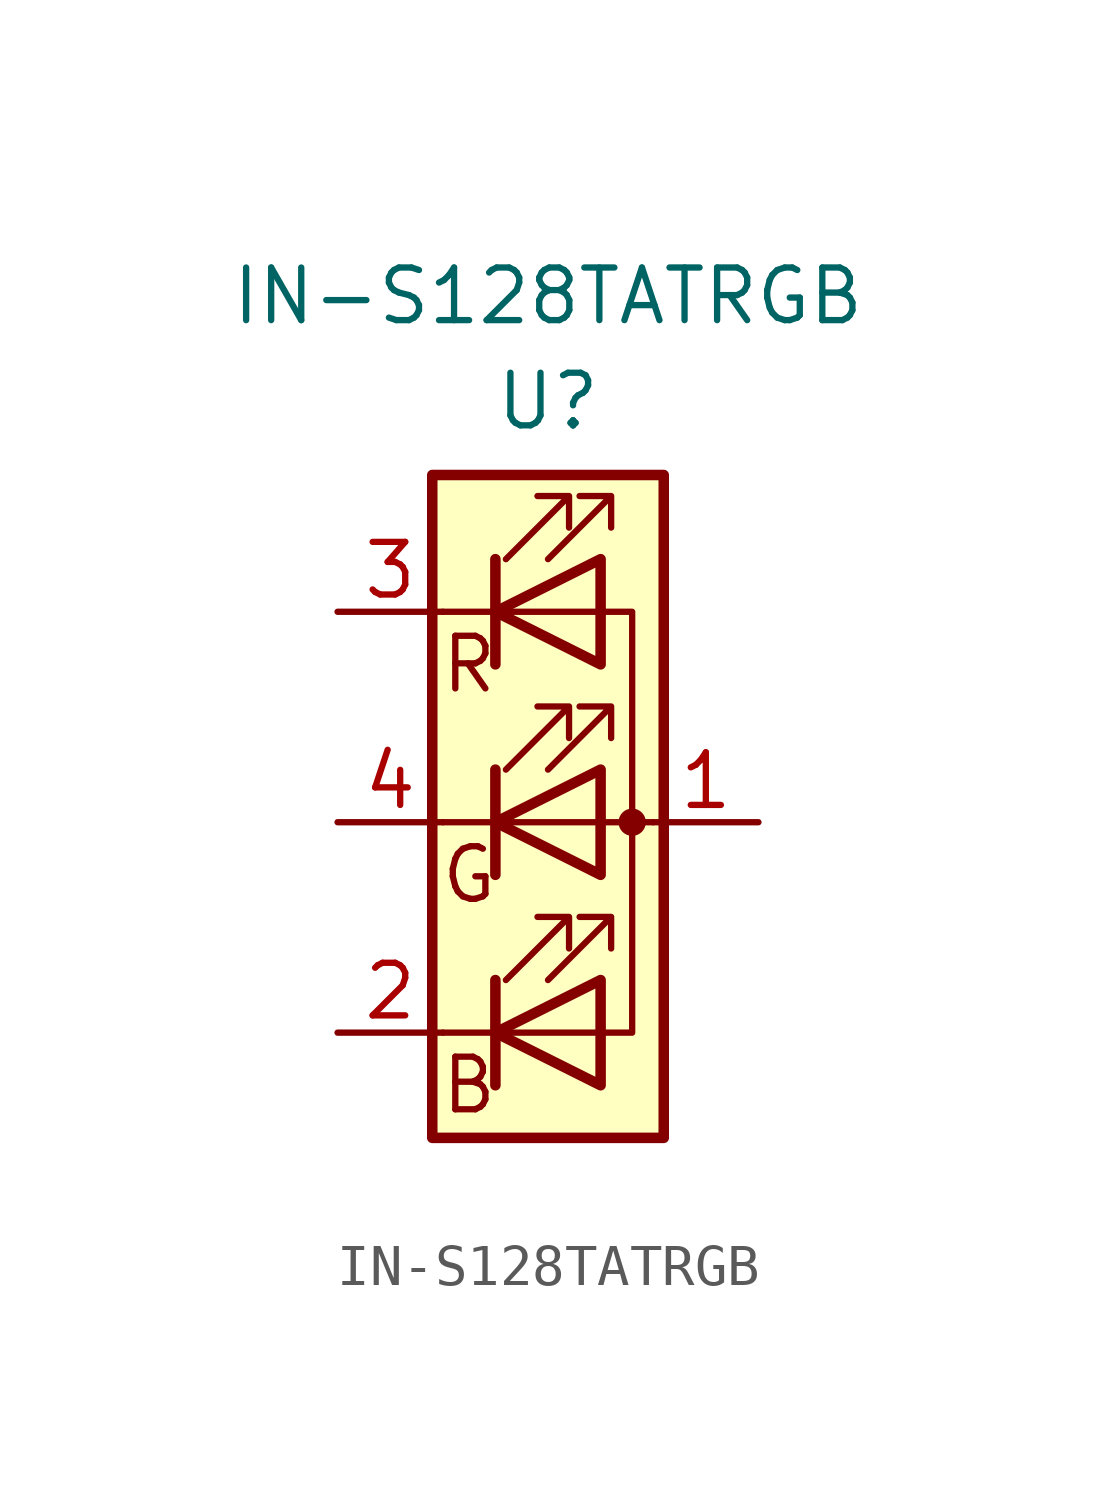
<source format=kicad_sym>
(kicad_symbol_lib
  (version 20211014)
  (generator kicad_symbol_editor)
  (symbol "IN-S128TATRGB"
    (pin_names hide)
    (property "Reference" "U"
      (at 0 10.16 0)
      (effects (font (size 1.27 1.27))))
    (property "Value" "IN-S128TATRGB"
      (at 0 12.7 0)
      (effects (font (size 1.27 1.27))))
    (symbol "IN-S128TATRGB_0_0"
      (text "B" (at -1.905 -6.35 0) (effects (font (size 1.27 1.27))))
      (text "G" (at -1.905 -1.27 0) (effects (font (size 1.27 1.27))))
      (text "R" (at -1.905 3.81 0) (effects (font (size 1.27 1.27)))))
    (symbol "IN-S128TATRGB_0_1"
      (polyline (pts (xy -1.27 -5.08) (xy -2.54 -5.08)) (stroke (width 0) (type default) (color 0 0 0 0)) (fill (type none)))
      (polyline (pts (xy -1.27 -5.08) (xy 1.27 -5.08)) (stroke (width 0) (type default) (color 0 0 0 0)) (fill (type none)))
      (polyline (pts (xy -1.27 -3.81) (xy -1.27 -6.35)) (stroke (width 0.254) (type default) (color 0 0 0 0)) (fill (type none)))
      (polyline (pts (xy -1.27 0) (xy -2.54 0)) (stroke (width 0) (type default) (color 0 0 0 0)) (fill (type none)))
      (polyline (pts (xy -1.27 1.27) (xy -1.27 -1.27)) (stroke (width 0.254) (type default) (color 0 0 0 0)) (fill (type none)))
      (polyline (pts (xy -1.27 5.08) (xy -2.54 5.08)) (stroke (width 0) (type default) (color 0 0 0 0)) (fill (type none)))
      (polyline (pts (xy -1.27 5.08) (xy 1.27 5.08)) (stroke (width 0) (type default) (color 0 0 0 0)) (fill (type none)))
      (polyline (pts (xy -1.27 6.35) (xy -1.27 3.81)) (stroke (width 0.254) (type default) (color 0 0 0 0)) (fill (type none)))
      (polyline (pts (xy 1.27 0) (xy -1.27 0)) (stroke (width 0) (type default) (color 0 0 0 0)) (fill (type none)))
      (polyline (pts (xy 1.27 0) (xy 2.54 0)) (stroke (width 0) (type default) (color 0 0 0 0)) (fill (type none)))
      (polyline (pts (xy -1.27 1.27) (xy -1.27 -1.27) (xy -1.27 -1.27)) (stroke (width 0) (type default) (color 0 0 0 0)) (fill (type none)))
      (polyline (pts (xy -1.27 6.35) (xy -1.27 3.81) (xy -1.27 3.81)) (stroke (width 0) (type default) (color 0 0 0 0)) (fill (type none)))
      (polyline (pts (xy 1.27 -5.08) (xy 2.032 -5.08) (xy 2.032 5.08) (xy 1.27 5.08)) (stroke (width 0) (type default) (color 0 0 0 0)) (fill (type none)))
      (polyline (pts (xy 1.27 -3.81) (xy 1.27 -6.35) (xy -1.27 -5.08) (xy 1.27 -3.81)) (stroke (width 0.254) (type default) (color 0 0 0 0)) (fill (type none)))
      (polyline (pts (xy 1.27 1.27) (xy 1.27 -1.27) (xy -1.27 0) (xy 1.27 1.27)) (stroke (width 0.254) (type default) (color 0 0 0 0)) (fill (type none)))
      (polyline (pts (xy 1.27 6.35) (xy 1.27 3.81) (xy -1.27 5.08) (xy 1.27 6.35)) (stroke (width 0.254) (type default) (color 0 0 0 0)) (fill (type none)))
      (polyline (pts (xy -1.016 -3.81) (xy 0.508 -2.286) (xy -0.254 -2.286) (xy 0.508 -2.286) (xy 0.508 -3.048)) (stroke (width 0) (type default) (color 0 0 0 0)) (fill (type none)))
      (polyline (pts (xy -1.016 1.27) (xy 0.508 2.794) (xy -0.254 2.794) (xy 0.508 2.794) (xy 0.508 2.032)) (stroke (width 0) (type default) (color 0 0 0 0)) (fill (type none)))
      (polyline (pts (xy -1.016 6.35) (xy 0.508 7.874) (xy -0.254 7.874) (xy 0.508 7.874) (xy 0.508 7.112)) (stroke (width 0) (type default) (color 0 0 0 0)) (fill (type none)))
      (polyline (pts (xy 0 -3.81) (xy 1.524 -2.286) (xy 0.762 -2.286) (xy 1.524 -2.286) (xy 1.524 -3.048)) (stroke (width 0) (type default) (color 0 0 0 0)) (fill (type none)))
      (polyline (pts (xy 0 1.27) (xy 1.524 2.794) (xy 0.762 2.794) (xy 1.524 2.794) (xy 1.524 2.032)) (stroke (width 0) (type default) (color 0 0 0 0)) (fill (type none)))
      (polyline (pts (xy 0 6.35) (xy 1.524 7.874) (xy 0.762 7.874) (xy 1.524 7.874) (xy 1.524 7.112)) (stroke (width 0) (type default) (color 0 0 0 0)) (fill (type none)))
      (rectangle (start 1.27 -1.27) (end 1.27 1.27) (stroke (width 0) (type default) (color 0 0 0 0)) (fill (type none)))
      (rectangle (start 1.27 1.27) (end 1.27 1.27) (stroke (width 0) (type default) (color 0 0 0 0)) (fill (type none)))
      (rectangle (start 1.27 3.81) (end 1.27 6.35) (stroke (width 0) (type default) (color 0 0 0 0)) (fill (type none)))
      (rectangle (start 1.27 6.35) (end 1.27 6.35) (stroke (width 0) (type default) (color 0 0 0 0)) (fill (type none)))
      (circle (center 2.032 0) (radius 0.254) (stroke (width 0) (type default) (color 0 0 0 0)) (fill (type outline)))
      (rectangle (start 2.794 8.382) (end -2.794 -7.62) (stroke (width 0.254) (type default) (color 0 0 0 0)) (fill (type background))))
    (symbol "IN-S128TATRGB_1_1"
      (pin passive line (at 5.08 0 180) (length 2.54) (name "A" (effects (font (size 1.27 1.27)))) (number "1" (effects (font (size 1.27 1.27)))))
      (pin passive line (at -5.08 -5.08 0) (length 2.54) (name "BK" (effects (font (size 1.27 1.27)))) (number "2" (effects (font (size 1.27 1.27)))))
      (pin passive line (at -5.08 5.08 0) (length 2.54) (name "RK" (effects (font (size 1.27 1.27)))) (number "3" (effects (font (size 1.27 1.27)))))
      (pin passive line (at -5.08 0 0) (length 2.54) (name "GK" (effects (font (size 1.27 1.27)))) (number "4" (effects (font (size 1.27 1.27))))))))
</source>
